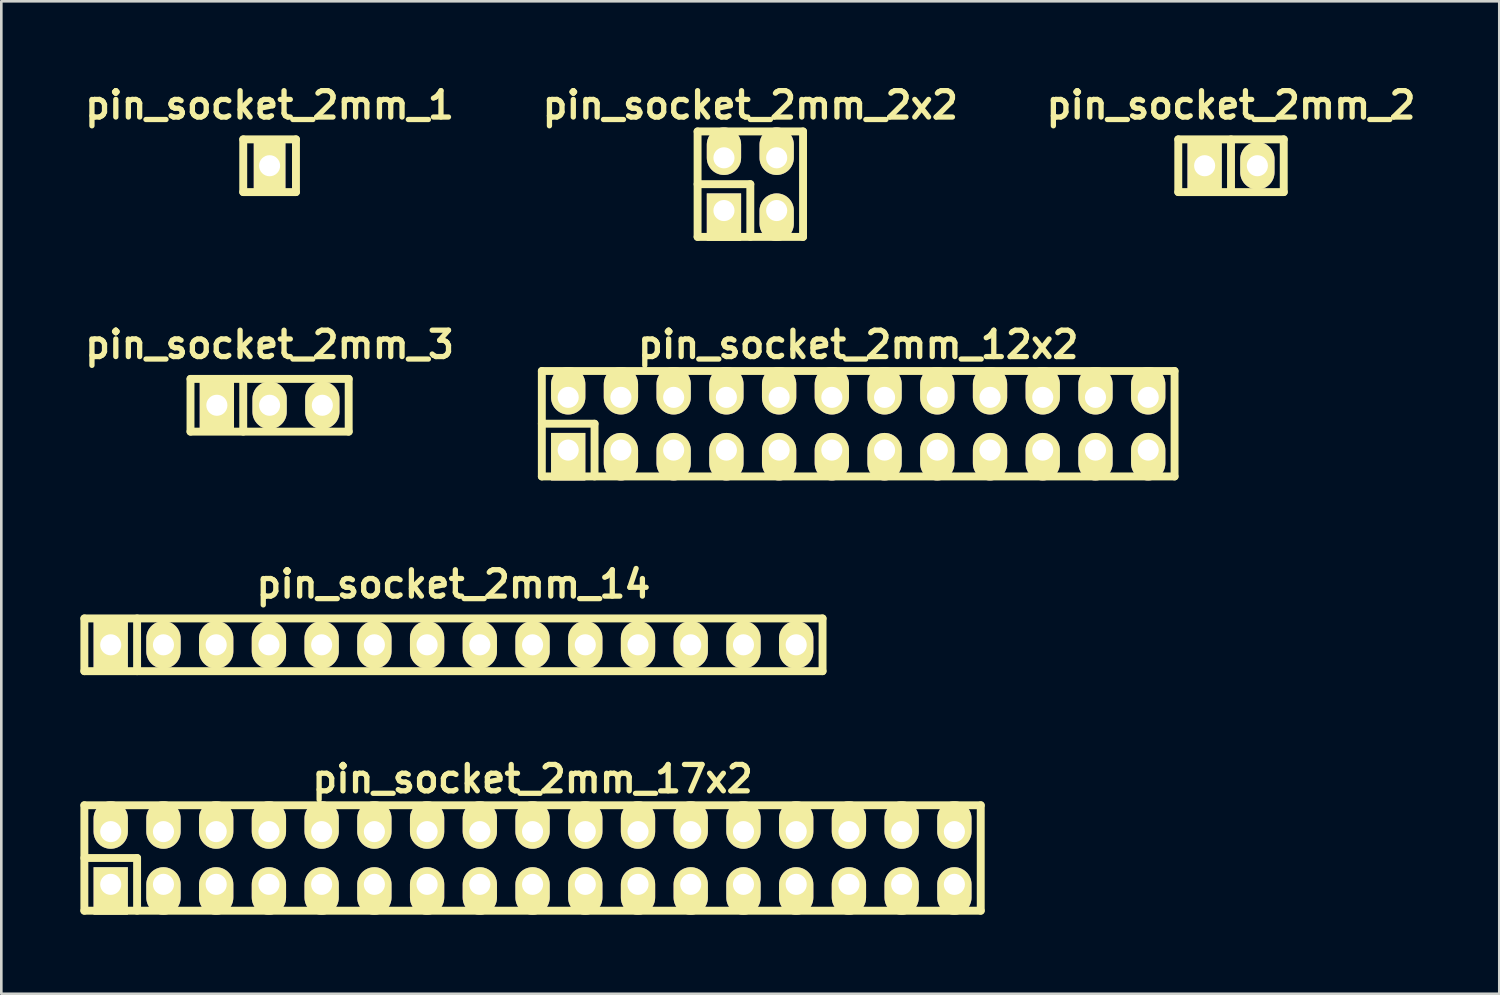
<source format=kicad_pcb>
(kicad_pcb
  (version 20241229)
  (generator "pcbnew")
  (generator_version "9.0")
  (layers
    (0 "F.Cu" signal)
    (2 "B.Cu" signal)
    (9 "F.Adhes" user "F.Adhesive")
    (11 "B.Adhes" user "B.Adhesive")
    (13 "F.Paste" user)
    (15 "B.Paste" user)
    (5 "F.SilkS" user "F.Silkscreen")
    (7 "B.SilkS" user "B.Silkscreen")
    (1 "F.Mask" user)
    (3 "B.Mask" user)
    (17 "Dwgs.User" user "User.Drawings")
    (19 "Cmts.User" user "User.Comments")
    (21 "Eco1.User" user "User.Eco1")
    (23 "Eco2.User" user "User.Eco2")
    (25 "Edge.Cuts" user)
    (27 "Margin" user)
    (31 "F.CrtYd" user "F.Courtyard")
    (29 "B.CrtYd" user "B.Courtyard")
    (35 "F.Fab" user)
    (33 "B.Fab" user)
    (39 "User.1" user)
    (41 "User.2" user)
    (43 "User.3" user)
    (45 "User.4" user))
  (footprint "pin_socket_2mm_3"
    (layer "F.Cu")
    (at 7.176 12.322)
    (property "Reference" "pin_socket_2mm_3" (at 0 -2.3 0) (layer "F.SilkS") (effects (font (size 1 1) (thickness 0.2))))
    (attr through_hole)
    (fp_line (start -3 -1) (end 3 -1) (stroke (width 0.3) (type solid)) (layer "F.SilkS"))
    (fp_line (start -3 1) (end -3 -1) (stroke (width 0.3) (type solid)) (layer "F.SilkS"))
    (fp_line (start -1 -1) (end -1 1) (stroke (width 0.3) (type solid)) (layer "F.SilkS"))
    (fp_line (start 3 -1) (end 3 1) (stroke (width 0.3) (type solid)) (layer "F.SilkS"))
    (fp_line (start 3 1) (end -3 1) (stroke (width 0.3) (type solid)) (layer "F.SilkS"))
    (pad "1" thru_hole rect (at -2 0) (size 1.3 1.8) (drill 0.8) (layers "*.Cu" "*.Mask" "F.SilkS"))
    (pad "2" thru_hole oval (at 0 0) (size 1.3 1.8) (drill 0.8) (layers "*.Cu" "*.Mask" "F.SilkS"))
    (pad "3" thru_hole oval (at 2 0) (size 1.3 1.8) (drill 0.8) (layers "*.Cu" "*.Mask" "F.SilkS")))
  (footprint "pin_socket_2mm_17x2"
    (layer "F.Cu")
    (at 17.15 29.494)
    (property "Reference" "pin_socket_2mm_17x2" (at 0 -3 0) (layer "F.SilkS") (effects (font (size 1 1) (thickness 0.2))))
    (attr through_hole)
    (fp_line (start -17 -2) (end 17 -2) (stroke (width 0.3) (type solid)) (layer "F.SilkS"))
    (fp_line (start -17 0) (end -15 0) (stroke (width 0.3) (type solid)) (layer "F.SilkS"))
    (fp_line (start -17 2) (end -17 -2) (stroke (width 0.3) (type solid)) (layer "F.SilkS"))
    (fp_line (start -15 0) (end -15 2) (stroke (width 0.3) (type solid)) (layer "F.SilkS"))
    (fp_line (start 17 -2) (end 17 2) (stroke (width 0.3) (type solid)) (layer "F.SilkS"))
    (fp_line (start 17 2) (end -17 2) (stroke (width 0.3) (type solid)) (layer "F.SilkS"))
    (pad "1" thru_hole rect (at -16 1) (size 1.3 1.8) (drill 0.8 (offset 0 0.25)) (layers "*.Cu" "*.Mask" "F.SilkS"))
    (pad "2" thru_hole oval (at -16 -1) (size 1.3 1.8) (drill 0.8 (offset 0 -0.25)) (layers "*.Cu" "*.Mask" "F.SilkS"))
    (pad "3" thru_hole oval (at -14 1) (size 1.3 1.8) (drill 0.8 (offset 0 0.25)) (layers "*.Cu" "*.Mask" "F.SilkS"))
    (pad "4" thru_hole oval (at -14 -1) (size 1.3 1.8) (drill 0.8 (offset 0 -0.25)) (layers "*.Cu" "*.Mask" "F.SilkS"))
    (pad "5" thru_hole oval (at -12 1) (size 1.3 1.8) (drill 0.8 (offset 0 0.25)) (layers "*.Cu" "*.Mask" "F.SilkS"))
    (pad "6" thru_hole oval (at -12 -1) (size 1.3 1.8) (drill 0.8 (offset 0 -0.25)) (layers "*.Cu" "*.Mask" "F.SilkS"))
    (pad "7" thru_hole oval (at -10 1) (size 1.3 1.8) (drill 0.8 (offset 0 0.25)) (layers "*.Cu" "*.Mask" "F.SilkS"))
    (pad "8" thru_hole oval (at -10 -1) (size 1.3 1.8) (drill 0.8 (offset 0 -0.25)) (layers "*.Cu" "*.Mask" "F.SilkS"))
    (pad "9" thru_hole oval (at -8 1) (size 1.3 1.8) (drill 0.8 (offset 0 0.25)) (layers "*.Cu" "*.Mask" "F.SilkS"))
    (pad "10" thru_hole oval (at -8 -1) (size 1.3 1.8) (drill 0.8 (offset 0 -0.25)) (layers "*.Cu" "*.Mask" "F.SilkS"))
    (pad "11" thru_hole oval (at -6 1) (size 1.3 1.8) (drill 0.8 (offset 0 0.25)) (layers "*.Cu" "*.Mask" "F.SilkS"))
    (pad "12" thru_hole oval (at -6 -1) (size 1.3 1.8) (drill 0.8 (offset 0 -0.25)) (layers "*.Cu" "*.Mask" "F.SilkS"))
    (pad "13" thru_hole oval (at -4 1) (size 1.3 1.8) (drill 0.8 (offset 0 0.25)) (layers "*.Cu" "*.Mask" "F.SilkS"))
    (pad "14" thru_hole oval (at -4 -1) (size 1.3 1.8) (drill 0.8 (offset 0 -0.25)) (layers "*.Cu" "*.Mask" "F.SilkS"))
    (pad "15" thru_hole oval (at -2 1) (size 1.3 1.8) (drill 0.8 (offset 0 0.25)) (layers "*.Cu" "*.Mask" "F.SilkS"))
    (pad "16" thru_hole oval (at -2 -1) (size 1.3 1.8) (drill 0.8 (offset 0 -0.25)) (layers "*.Cu" "*.Mask" "F.SilkS"))
    (pad "17" thru_hole oval (at 0 1) (size 1.3 1.8) (drill 0.8 (offset 0 0.25)) (layers "*.Cu" "*.Mask" "F.SilkS"))
    (pad "18" thru_hole oval (at 0 -1) (size 1.3 1.8) (drill 0.8 (offset 0 -0.25)) (layers "*.Cu" "*.Mask" "F.SilkS"))
    (pad "19" thru_hole oval (at 2 1) (size 1.3 1.8) (drill 0.8 (offset 0 0.25)) (layers "*.Cu" "*.Mask" "F.SilkS"))
    (pad "20" thru_hole oval (at 2 -1) (size 1.3 1.8) (drill 0.8 (offset 0 -0.25)) (layers "*.Cu" "*.Mask" "F.SilkS"))
    (pad "21" thru_hole oval (at 4 1) (size 1.3 1.8) (drill 0.8 (offset 0 0.25)) (layers "*.Cu" "*.Mask" "F.SilkS"))
    (pad "22" thru_hole oval (at 4 -1) (size 1.3 1.8) (drill 0.8 (offset 0 -0.25)) (layers "*.Cu" "*.Mask" "F.SilkS"))
    (pad "23" thru_hole oval (at 6 1) (size 1.3 1.8) (drill 0.8 (offset 0 0.25)) (layers "*.Cu" "*.Mask" "F.SilkS"))
    (pad "24" thru_hole oval (at 6 -1) (size 1.3 1.8) (drill 0.8 (offset 0 -0.25)) (layers "*.Cu" "*.Mask" "F.SilkS"))
    (pad "25" thru_hole oval (at 8 1) (size 1.3 1.8) (drill 0.8 (offset 0 0.25)) (layers "*.Cu" "*.Mask" "F.SilkS"))
    (pad "26" thru_hole oval (at 8 -1) (size 1.3 1.8) (drill 0.8 (offset 0 -0.25)) (layers "*.Cu" "*.Mask" "F.SilkS"))
    (pad "27" thru_hole oval (at 10 1) (size 1.3 1.8) (drill 0.8 (offset 0 0.25)) (layers "*.Cu" "*.Mask" "F.SilkS"))
    (pad "28" thru_hole oval (at 10 -1) (size 1.3 1.8) (drill 0.8 (offset 0 -0.25)) (layers "*.Cu" "*.Mask" "F.SilkS"))
    (pad "29" thru_hole oval (at 12 1) (size 1.3 1.8) (drill 0.8 (offset 0 0.25)) (layers "*.Cu" "*.Mask" "F.SilkS"))
    (pad "30" thru_hole oval (at 12 -1) (size 1.3 1.8) (drill 0.8 (offset 0 -0.25)) (layers "*.Cu" "*.Mask" "F.SilkS"))
    (pad "31" thru_hole oval (at 14 1) (size 1.3 1.8) (drill 0.8 (offset 0 0.25)) (layers "*.Cu" "*.Mask" "F.SilkS"))
    (pad "32" thru_hole oval (at 14 -1) (size 1.3 1.8) (drill 0.8 (offset 0 -0.25)) (layers "*.Cu" "*.Mask" "F.SilkS"))
    (pad "33" thru_hole oval (at 16 1) (size 1.3 1.8) (drill 0.8 (offset 0 0.25)) (layers "*.Cu" "*.Mask" "F.SilkS"))
    (pad "34" thru_hole oval (at 16 -1) (size 1.3 1.8) (drill 0.8 (offset 0 -0.25)) (layers "*.Cu" "*.Mask" "F.SilkS")))
  (footprint "pin_socket_2mm_2"
    (layer "F.Cu")
    (at 43.643 3.236)
    (property "Reference" "pin_socket_2mm_2" (at 0 -2.3 0) (layer "F.SilkS") (effects (font (size 1 1) (thickness 0.2))))
    (attr through_hole)
    (fp_line (start -2 -1) (end 2 -1) (stroke (width 0.3) (type solid)) (layer "F.SilkS"))
    (fp_line (start -2 1) (end -2 -1) (stroke (width 0.3) (type solid)) (layer "F.SilkS"))
    (fp_line (start 0 -1) (end 0 1) (stroke (width 0.3) (type solid)) (layer "F.SilkS"))
    (fp_line (start 2 -1) (end 2 1) (stroke (width 0.3) (type solid)) (layer "F.SilkS"))
    (fp_line (start 2 1) (end -2 1) (stroke (width 0.3) (type solid)) (layer "F.SilkS"))
    (pad "1" thru_hole rect (at -1 0) (size 1.3 1.8) (drill 0.8) (layers "*.Cu" "*.Mask" "F.SilkS"))
    (pad "2" thru_hole oval (at 1 0) (size 1.3 1.8) (drill 0.8) (layers "*.Cu" "*.Mask" "F.SilkS")))
  (footprint "pin_socket_2mm_14"
    (layer "F.Cu")
    (at 14.15 21.408)
    (property "Reference" "pin_socket_2mm_14" (at 0 -2.3 0) (layer "F.SilkS") (effects (font (size 1 1) (thickness 0.2))))
    (attr through_hole)
    (fp_line (start -14 -1) (end 14 -1) (stroke (width 0.3) (type solid)) (layer "F.SilkS"))
    (fp_line (start -14 1) (end -14 -1) (stroke (width 0.3) (type solid)) (layer "F.SilkS"))
    (fp_line (start -12 -1) (end -12 1) (stroke (width 0.3) (type solid)) (layer "F.SilkS"))
    (fp_line (start 14 -1) (end 14 1) (stroke (width 0.3) (type solid)) (layer "F.SilkS"))
    (fp_line (start 14 1) (end -14 1) (stroke (width 0.3) (type solid)) (layer "F.SilkS"))
    (pad "1" thru_hole rect (at -13 0) (size 1.3 1.8) (drill 0.8) (layers "*.Cu" "*.Mask" "F.SilkS"))
    (pad "2" thru_hole oval (at -11 0) (size 1.3 1.8) (drill 0.8) (layers "*.Cu" "*.Mask" "F.SilkS"))
    (pad "3" thru_hole oval (at -9 0) (size 1.3 1.8) (drill 0.8) (layers "*.Cu" "*.Mask" "F.SilkS"))
    (pad "4" thru_hole oval (at -7 0) (size 1.3 1.8) (drill 0.8) (layers "*.Cu" "*.Mask" "F.SilkS"))
    (pad "5" thru_hole oval (at -5 0) (size 1.3 1.8) (drill 0.8) (layers "*.Cu" "*.Mask" "F.SilkS"))
    (pad "6" thru_hole oval (at -3 0) (size 1.3 1.8) (drill 0.8) (layers "*.Cu" "*.Mask" "F.SilkS"))
    (pad "7" thru_hole oval (at -1 0) (size 1.3 1.8) (drill 0.8) (layers "*.Cu" "*.Mask" "F.SilkS"))
    (pad "8" thru_hole oval (at 1 0) (size 1.3 1.8) (drill 0.8) (layers "*.Cu" "*.Mask" "F.SilkS"))
    (pad "9" thru_hole oval (at 3 0) (size 1.3 1.8) (drill 0.8) (layers "*.Cu" "*.Mask" "F.SilkS"))
    (pad "10" thru_hole oval (at 5 0) (size 1.3 1.8) (drill 0.8) (layers "*.Cu" "*.Mask" "F.SilkS"))
    (pad "11" thru_hole oval (at 7 0) (size 1.3 1.8) (drill 0.8) (layers "*.Cu" "*.Mask" "F.SilkS"))
    (pad "12" thru_hole oval (at 9 0) (size 1.3 1.8) (drill 0.8) (layers "*.Cu" "*.Mask" "F.SilkS"))
    (pad "13" thru_hole oval (at 11 0) (size 1.3 1.8) (drill 0.8) (layers "*.Cu" "*.Mask" "F.SilkS"))
    (pad "14" thru_hole oval (at 13 0) (size 1.3 1.8) (drill 0.8) (layers "*.Cu" "*.Mask" "F.SilkS")))
  (footprint "pin_socket_2mm_12x2"
    (layer "F.Cu")
    (at 29.502 13.022)
    (property "Reference" "pin_socket_2mm_12x2" (at 0 -3 0) (layer "F.SilkS") (effects (font (size 1 1) (thickness 0.2))))
    (attr through_hole)
    (fp_line (start -12 -2) (end 12 -2) (stroke (width 0.3) (type solid)) (layer "F.SilkS"))
    (fp_line (start -12 0) (end -10 0) (stroke (width 0.3) (type solid)) (layer "F.SilkS"))
    (fp_line (start -12 2) (end -12 -2) (stroke (width 0.3) (type solid)) (layer "F.SilkS"))
    (fp_line (start -10 0) (end -10 2) (stroke (width 0.3) (type solid)) (layer "F.SilkS"))
    (fp_line (start 12 -2) (end 12 2) (stroke (width 0.3) (type solid)) (layer "F.SilkS"))
    (fp_line (start 12 2) (end -12 2) (stroke (width 0.3) (type solid)) (layer "F.SilkS"))
    (pad "1" thru_hole rect (at -11 1) (size 1.3 1.8) (drill 0.8 (offset 0 0.25)) (layers "*.Cu" "*.Mask" "F.SilkS"))
    (pad "2" thru_hole oval (at -11 -1) (size 1.3 1.8) (drill 0.8 (offset 0 -0.25)) (layers "*.Cu" "*.Mask" "F.SilkS"))
    (pad "3" thru_hole oval (at -9 1) (size 1.3 1.8) (drill 0.8 (offset 0 0.25)) (layers "*.Cu" "*.Mask" "F.SilkS"))
    (pad "4" thru_hole oval (at -9 -1) (size 1.3 1.8) (drill 0.8 (offset 0 -0.25)) (layers "*.Cu" "*.Mask" "F.SilkS"))
    (pad "5" thru_hole oval (at -7 1) (size 1.3 1.8) (drill 0.8 (offset 0 0.25)) (layers "*.Cu" "*.Mask" "F.SilkS"))
    (pad "6" thru_hole oval (at -7 -1) (size 1.3 1.8) (drill 0.8 (offset 0 -0.25)) (layers "*.Cu" "*.Mask" "F.SilkS"))
    (pad "7" thru_hole oval (at -5 1) (size 1.3 1.8) (drill 0.8 (offset 0 0.25)) (layers "*.Cu" "*.Mask" "F.SilkS"))
    (pad "8" thru_hole oval (at -5 -1) (size 1.3 1.8) (drill 0.8 (offset 0 -0.25)) (layers "*.Cu" "*.Mask" "F.SilkS"))
    (pad "9" thru_hole oval (at -3 1) (size 1.3 1.8) (drill 0.8 (offset 0 0.25)) (layers "*.Cu" "*.Mask" "F.SilkS"))
    (pad "10" thru_hole oval (at -3 -1) (size 1.3 1.8) (drill 0.8 (offset 0 -0.25)) (layers "*.Cu" "*.Mask" "F.SilkS"))
    (pad "11" thru_hole oval (at -1 1) (size 1.3 1.8) (drill 0.8 (offset 0 0.25)) (layers "*.Cu" "*.Mask" "F.SilkS"))
    (pad "12" thru_hole oval (at -1 -1) (size 1.3 1.8) (drill 0.8 (offset 0 -0.25)) (layers "*.Cu" "*.Mask" "F.SilkS"))
    (pad "13" thru_hole oval (at 1 1) (size 1.3 1.8) (drill 0.8 (offset 0 0.25)) (layers "*.Cu" "*.Mask" "F.SilkS"))
    (pad "14" thru_hole oval (at 1 -1) (size 1.3 1.8) (drill 0.8 (offset 0 -0.25)) (layers "*.Cu" "*.Mask" "F.SilkS"))
    (pad "15" thru_hole oval (at 3 1) (size 1.3 1.8) (drill 0.8 (offset 0 0.25)) (layers "*.Cu" "*.Mask" "F.SilkS"))
    (pad "16" thru_hole oval (at 3 -1) (size 1.3 1.8) (drill 0.8 (offset 0 -0.25)) (layers "*.Cu" "*.Mask" "F.SilkS"))
    (pad "17" thru_hole oval (at 5 1) (size 1.3 1.8) (drill 0.8 (offset 0 0.25)) (layers "*.Cu" "*.Mask" "F.SilkS"))
    (pad "18" thru_hole oval (at 5 -1) (size 1.3 1.8) (drill 0.8 (offset 0 -0.25)) (layers "*.Cu" "*.Mask" "F.SilkS"))
    (pad "19" thru_hole oval (at 7 1) (size 1.3 1.8) (drill 0.8 (offset 0 0.25)) (layers "*.Cu" "*.Mask" "F.SilkS"))
    (pad "20" thru_hole oval (at 7 -1) (size 1.3 1.8) (drill 0.8 (offset 0 -0.25)) (layers "*.Cu" "*.Mask" "F.SilkS"))
    (pad "21" thru_hole oval (at 9 1) (size 1.3 1.8) (drill 0.8 (offset 0 0.25)) (layers "*.Cu" "*.Mask" "F.SilkS"))
    (pad "22" thru_hole oval (at 9 -1) (size 1.3 1.8) (drill 0.8 (offset 0 -0.25)) (layers "*.Cu" "*.Mask" "F.SilkS"))
    (pad "23" thru_hole oval (at 11 1) (size 1.3 1.8) (drill 0.8 (offset 0 0.25)) (layers "*.Cu" "*.Mask" "F.SilkS"))
    (pad "24" thru_hole oval (at 11 -1) (size 1.3 1.8) (drill 0.8 (offset 0 -0.25)) (layers "*.Cu" "*.Mask" "F.SilkS")))
  (footprint "pin_socket_2mm_2x2"
    (layer "F.Cu")
    (at 25.41 3.936)
    (property "Reference" "pin_socket_2mm_2x2" (at 0 -3 0) (layer "F.SilkS") (effects (font (size 1 1) (thickness 0.2))))
    (attr through_hole)
    (fp_line (start -2 -2) (end 2 -2) (stroke (width 0.3) (type solid)) (layer "F.SilkS"))
    (fp_line (start -2 0) (end 0 0) (stroke (width 0.3) (type solid)) (layer "F.SilkS"))
    (fp_line (start -2 2) (end -2 -2) (stroke (width 0.3) (type solid)) (layer "F.SilkS"))
    (fp_line (start 0 0) (end 0 2) (stroke (width 0.3) (type solid)) (layer "F.SilkS"))
    (fp_line (start 2 -2) (end 2 2) (stroke (width 0.3) (type solid)) (layer "F.SilkS"))
    (fp_line (start 2 2) (end -2 2) (stroke (width 0.3) (type solid)) (layer "F.SilkS"))
    (pad "1" thru_hole rect (at -1 1) (size 1.3 1.8) (drill 0.8 (offset 0 0.25)) (layers "*.Cu" "*.Mask" "F.SilkS"))
    (pad "2" thru_hole oval (at -1 -1) (size 1.3 1.8) (drill 0.8 (offset 0 -0.25)) (layers "*.Cu" "*.Mask" "F.SilkS"))
    (pad "3" thru_hole oval (at 1 1) (size 1.3 1.8) (drill 0.8 (offset 0 0.25)) (layers "*.Cu" "*.Mask" "F.SilkS"))
    (pad "4" thru_hole oval (at 1 -1) (size 1.3 1.8) (drill 0.8 (offset 0 -0.25)) (layers "*.Cu" "*.Mask" "F.SilkS")))
  (footprint "pin_socket_2mm_1"
    (layer "F.Cu")
    (at 7.176 3.236)
    (property "Reference" "pin_socket_2mm_1" (at 0 -2.3 0) (layer "F.SilkS") (effects (font (size 1 1) (thickness 0.2))))
    (attr through_hole)
    (fp_line (start -1 -1) (end 1 -1) (stroke (width 0.3) (type solid)) (layer "F.SilkS"))
    (fp_line (start -1 1) (end -1 -1) (stroke (width 0.3) (type solid)) (layer "F.SilkS"))
    (fp_line (start 1 -1) (end 1 1) (stroke (width 0.3) (type solid)) (layer "F.SilkS"))
    (fp_line (start 1 1) (end -1 1) (stroke (width 0.3) (type solid)) (layer "F.SilkS"))
    (pad "1" thru_hole rect (at 0 0) (size 1.2 1.8) (drill 0.8) (layers "*.Cu" "*.Mask" "F.SilkS")))
  (gr_rect
    (start -3 -3)
    (end 53.819 34.644)
    (stroke (width 0.1) (type default))
    (fill no)
    (layer "Edge.Cuts")))
</source>
